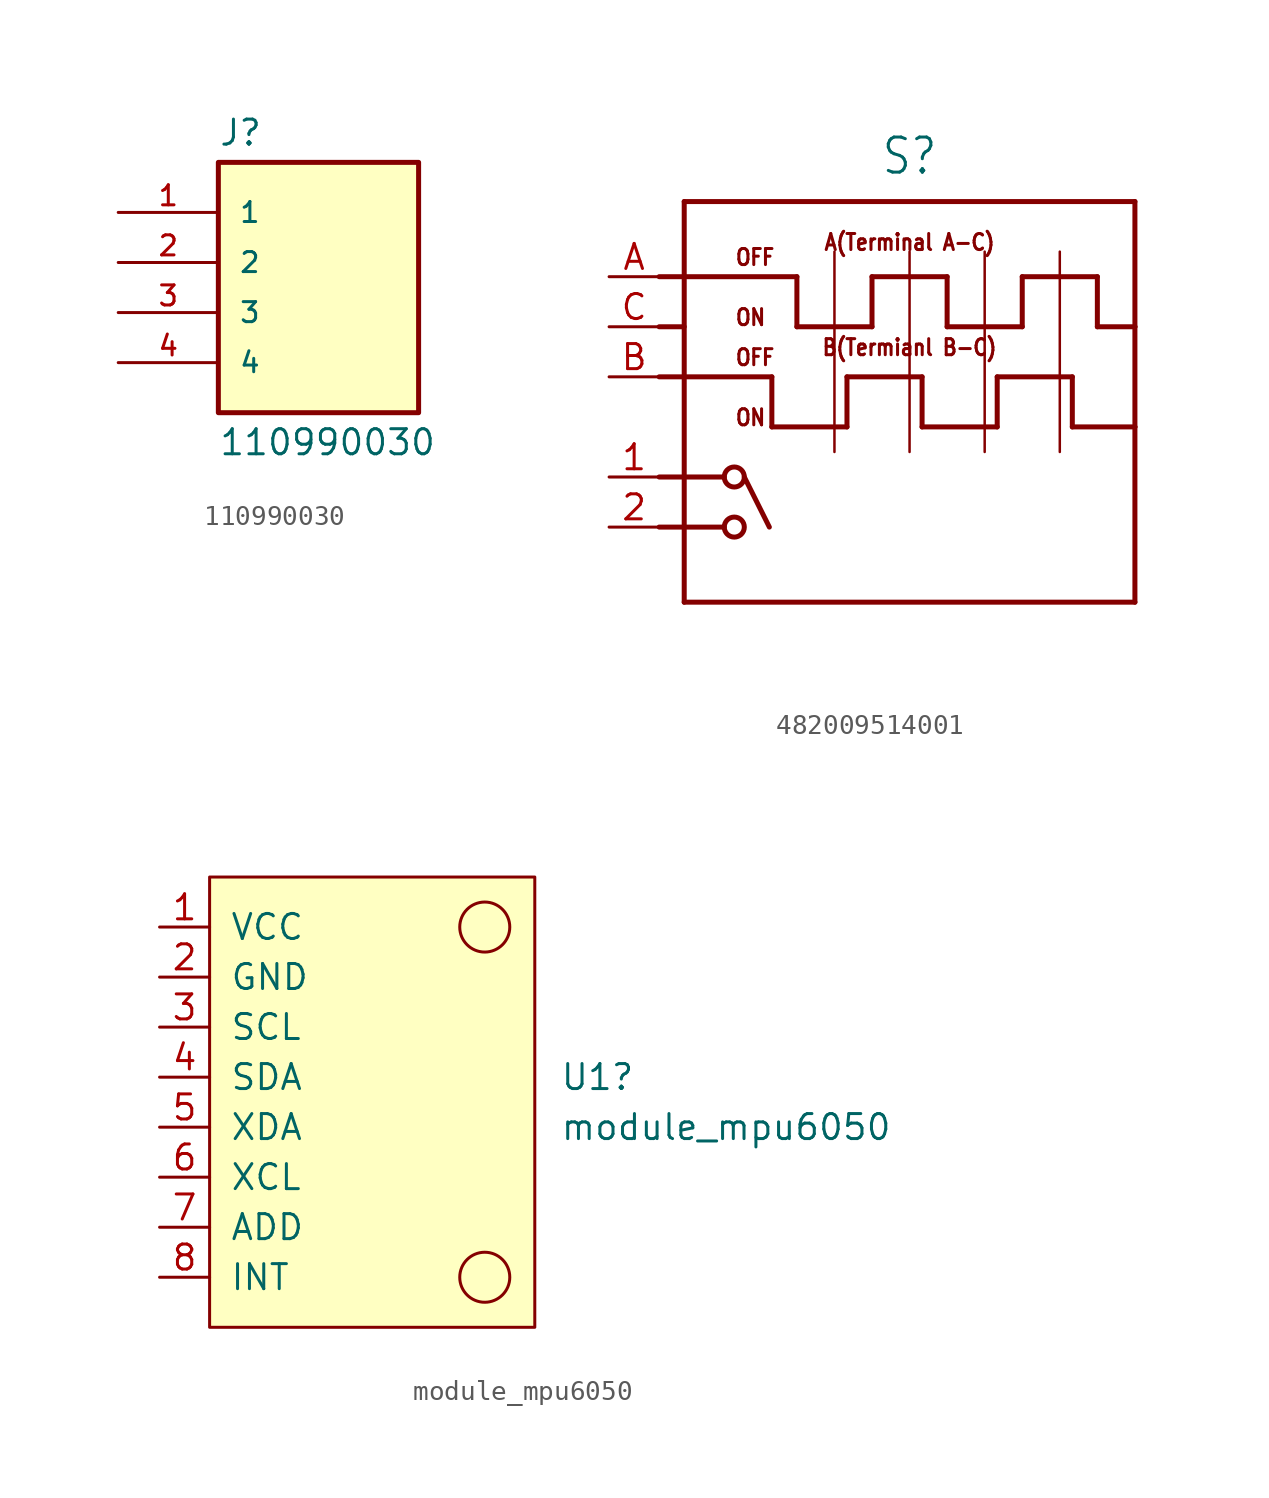
<source format=kicad_sym>
(kicad_symbol_lib
  (version 20231120)
  (generator "kicad_symbol_editor")
  (generator_version "8.0")
  (symbol "110990030"
    (pin_names
      (offset 1.016))
    (property "Reference" "J"
      (at -5.08 5.842 0)
      (effects (font (size 1.27 1.27)) (justify left bottom)))
    (property "Value" "110990030"
      (at -5.08 -8.382 0)
      (effects (font (size 1.27 1.27)) (justify left top)))
    (symbol "110990030_0_0"
      (rectangle (start -5.08 -7.62) (end 5.08 5.08) (stroke (width 0.254) (type default)) (fill (type background)))
      (pin passive line (at -10.16 2.54 0) (length 5.08) (name "1" (effects (font (size 1.016 1.016)))) (number "1" (effects (font (size 1.016 1.016)))))
      (pin passive line (at -10.16 0 0) (length 5.08) (name "2" (effects (font (size 1.016 1.016)))) (number "2" (effects (font (size 1.016 1.016)))))
      (pin passive line (at -10.16 -2.54 0) (length 5.08) (name "3" (effects (font (size 1.016 1.016)))) (number "3" (effects (font (size 1.016 1.016)))))
      (pin passive line (at -10.16 -5.08 0) (length 5.08) (name "4" (effects (font (size 1.016 1.016)))) (number "4" (effects (font (size 1.016 1.016)))))))
  (symbol "482009514001"
    (property "Reference" "S"
      (at 0 12.7 0)
      (effects (font (size 1.778 1.511)) (justify bottom)))
    (property "Value" ""
      (at 0 -11.43 0)
      (effects (font (size 1.778 1.511)) (justify bottom)))
    (property "ki_locked" ""
      (at 0 0 0)
      (effects (font (size 1.27 1.27))))
    (symbol "482009514001_1_0"
      (circle (center -8.89 -5.08) (radius 0.508) (stroke (width 0.254) (type solid)) (fill (type none)))
      (circle (center -8.89 -2.54) (radius 0.508) (stroke (width 0.254) (type solid)) (fill (type none)))
      (polyline (pts (xy -12.7 -5.08) (xy -9.398 -5.08)) (stroke (width 0.254) (type solid)) (fill (type none)))
      (polyline (pts (xy -12.7 -2.54) (xy -9.398 -2.54)) (stroke (width 0.254) (type solid)) (fill (type none)))
      (polyline (pts (xy -12.7 2.54) (xy -6.985 2.54)) (stroke (width 0.254) (type solid)) (fill (type none)))
      (polyline (pts (xy -11.43 -8.89) (xy 11.43 -8.89)) (stroke (width 0.254) (type solid)) (fill (type none)))
      (polyline (pts (xy -11.43 5.08) (xy -12.7 5.08)) (stroke (width 0.254) (type solid)) (fill (type none)))
      (polyline (pts (xy -11.43 11.43) (xy -11.43 -8.89)) (stroke (width 0.254) (type solid)) (fill (type none)))
      (polyline (pts (xy -8.382 -2.54) (xy -7.112 -5.08)) (stroke (width 0.254) (type solid)) (fill (type none)))
      (polyline (pts (xy -6.985 0) (xy -3.175 0)) (stroke (width 0.254) (type solid)) (fill (type none)))
      (polyline (pts (xy -6.985 2.54) (xy -6.985 0)) (stroke (width 0.254) (type solid)) (fill (type none)))
      (polyline (pts (xy -5.715 5.08) (xy -1.905 5.08)) (stroke (width 0.254) (type solid)) (fill (type none)))
      (polyline (pts (xy -5.715 7.62) (xy -12.7 7.62)) (stroke (width 0.254) (type solid)) (fill (type none)))
      (polyline (pts (xy -5.715 7.62) (xy -5.715 5.08)) (stroke (width 0.254) (type solid)) (fill (type none)))
      (polyline (pts (xy -3.81 8.89) (xy -3.81 -1.27)) (stroke (width 0.127) (type solid)) (fill (type none)))
      (polyline (pts (xy -3.175 0) (xy -3.175 2.54)) (stroke (width 0.254) (type solid)) (fill (type none)))
      (polyline (pts (xy -3.175 2.54) (xy 0.635 2.54)) (stroke (width 0.254) (type solid)) (fill (type none)))
      (polyline (pts (xy -1.905 5.08) (xy -1.905 7.62)) (stroke (width 0.254) (type solid)) (fill (type none)))
      (polyline (pts (xy -1.905 7.62) (xy 1.905 7.62)) (stroke (width 0.254) (type solid)) (fill (type none)))
      (polyline (pts (xy 0 8.89) (xy 0 -1.27)) (stroke (width 0.127) (type solid)) (fill (type none)))
      (polyline (pts (xy 0.635 0) (xy 4.445 0)) (stroke (width 0.254) (type solid)) (fill (type none)))
      (polyline (pts (xy 0.635 2.54) (xy 0.635 0)) (stroke (width 0.254) (type solid)) (fill (type none)))
      (polyline (pts (xy 1.905 5.08) (xy 5.715 5.08)) (stroke (width 0.254) (type solid)) (fill (type none)))
      (polyline (pts (xy 1.905 7.62) (xy 1.905 5.08)) (stroke (width 0.254) (type solid)) (fill (type none)))
      (polyline (pts (xy 3.81 8.89) (xy 3.81 -1.27)) (stroke (width 0.127) (type solid)) (fill (type none)))
      (polyline (pts (xy 4.445 0) (xy 4.445 2.54)) (stroke (width 0.254) (type solid)) (fill (type none)))
      (polyline (pts (xy 4.445 2.54) (xy 8.255 2.54)) (stroke (width 0.254) (type solid)) (fill (type none)))
      (polyline (pts (xy 5.715 5.08) (xy 5.715 7.62)) (stroke (width 0.254) (type solid)) (fill (type none)))
      (polyline (pts (xy 5.715 7.62) (xy 9.525 7.62)) (stroke (width 0.254) (type solid)) (fill (type none)))
      (polyline (pts (xy 7.62 8.89) (xy 7.62 -1.27)) (stroke (width 0.127) (type solid)) (fill (type none)))
      (polyline (pts (xy 8.255 0) (xy 11.43 0)) (stroke (width 0.254) (type solid)) (fill (type none)))
      (polyline (pts (xy 8.255 2.54) (xy 8.255 0)) (stroke (width 0.254) (type solid)) (fill (type none)))
      (polyline (pts (xy 9.525 5.08) (xy 11.43 5.08)) (stroke (width 0.254) (type solid)) (fill (type none)))
      (polyline (pts (xy 9.525 7.62) (xy 9.525 5.08)) (stroke (width 0.254) (type solid)) (fill (type none)))
      (polyline (pts (xy 11.43 -8.89) (xy 11.43 0)) (stroke (width 0.254) (type solid)) (fill (type none)))
      (polyline (pts (xy 11.43 0) (xy 11.43 5.08)) (stroke (width 0.254) (type solid)) (fill (type none)))
      (polyline (pts (xy 11.43 5.08) (xy 11.43 11.43)) (stroke (width 0.254) (type solid)) (fill (type none)))
      (polyline (pts (xy 11.43 11.43) (xy -11.43 11.43)) (stroke (width 0.254) (type solid)) (fill (type none)))
      (text "A(Terminal A-C)" (at 0 8.89 0) (effects (font (size 0.813 0.691)) (justify bottom)))
      (text "B(Termianl B-C)" (at 0 3.556 0) (effects (font (size 0.813 0.691)) (justify bottom)))
      (text "OFF" (at -8.89 3.048 0) (effects (font (size 0.813 0.691)) (justify left bottom)))
      (text "OFF" (at -8.89 8.128 0) (effects (font (size 0.813 0.691)) (justify left bottom)))
      (text "ON" (at -8.89 0 0) (effects (font (size 0.813 0.691)) (justify left bottom)))
      (text "ON" (at -8.89 5.08 0) (effects (font (size 0.813 0.691)) (justify left bottom)))
      (pin passive line (at -15.24 -2.54 0) (length 2.54) (name "1" (effects (font (size 0 0)))) (number "1" (effects (font (size 1.27 1.27)))))
      (pin passive line (at -15.24 -5.08 0) (length 2.54) (name "2" (effects (font (size 0 0)))) (number "2" (effects (font (size 1.27 1.27)))))
      (pin passive line (at -15.24 7.62 0) (length 2.54) (name "A" (effects (font (size 0 0)))) (number "A" (effects (font (size 1.27 1.27)))))
      (pin passive line (at -15.24 2.54 0) (length 2.54) (name "B" (effects (font (size 0 0)))) (number "B" (effects (font (size 1.27 1.27)))))
      (pin passive line (at -15.24 5.08 0) (length 2.54) (name "COM" (effects (font (size 0 0)))) (number "C" (effects (font (size 1.27 1.27)))))))
  (symbol "module_mpu6050"
    (pin_names
      (offset 1.016))
    (property "Reference" "U1"
      (at 20.32 10.16 0)
      (effects (font (size 1.27 1.27)) (justify left)))
    (property "Value" "module_mpu6050"
      (at 20.32 7.62 0)
      (effects (font (size 1.27 1.27)) (justify left)))
    (symbol "module_mpu6050_0_1"
      (rectangle (start 2.54 20.32) (end 19.05 -2.54) (stroke (width 0) (type default)) (fill (type background)))
      (circle (center 16.51 0) (radius 1.27) (stroke (width 0) (type default)) (fill (type none)))
      (circle (center 16.51 17.78) (radius 1.27) (stroke (width 0) (type default)) (fill (type none))))
    (symbol "module_mpu6050_1_1"
      (pin input line (at 0 17.78 0) (length 2.54) (name "VCC" (effects (font (size 1.27 1.27)))) (number "1" (effects (font (size 1.27 1.27)))))
      (pin input line (at 0 15.24 0) (length 2.54) (name "GND" (effects (font (size 1.27 1.27)))) (number "2" (effects (font (size 1.27 1.27)))))
      (pin input line (at 0 12.7 0) (length 2.54) (name "SCL" (effects (font (size 1.27 1.27)))) (number "3" (effects (font (size 1.27 1.27)))))
      (pin input line (at 0 10.16 0) (length 2.54) (name "SDA" (effects (font (size 1.27 1.27)))) (number "4" (effects (font (size 1.27 1.27)))))
      (pin input line (at 0 7.62 0) (length 2.54) (name "XDA" (effects (font (size 1.27 1.27)))) (number "5" (effects (font (size 1.27 1.27)))))
      (pin input line (at 0 5.08 0) (length 2.54) (name "XCL" (effects (font (size 1.27 1.27)))) (number "6" (effects (font (size 1.27 1.27)))))
      (pin input line (at 0 2.54 0) (length 2.54) (name "ADD" (effects (font (size 1.27 1.27)))) (number "7" (effects (font (size 1.27 1.27)))))
      (pin input line (at 0 0 0) (length 2.54) (name "INT" (effects (font (size 1.27 1.27)))) (number "8" (effects (font (size 1.27 1.27))))))))
</source>
